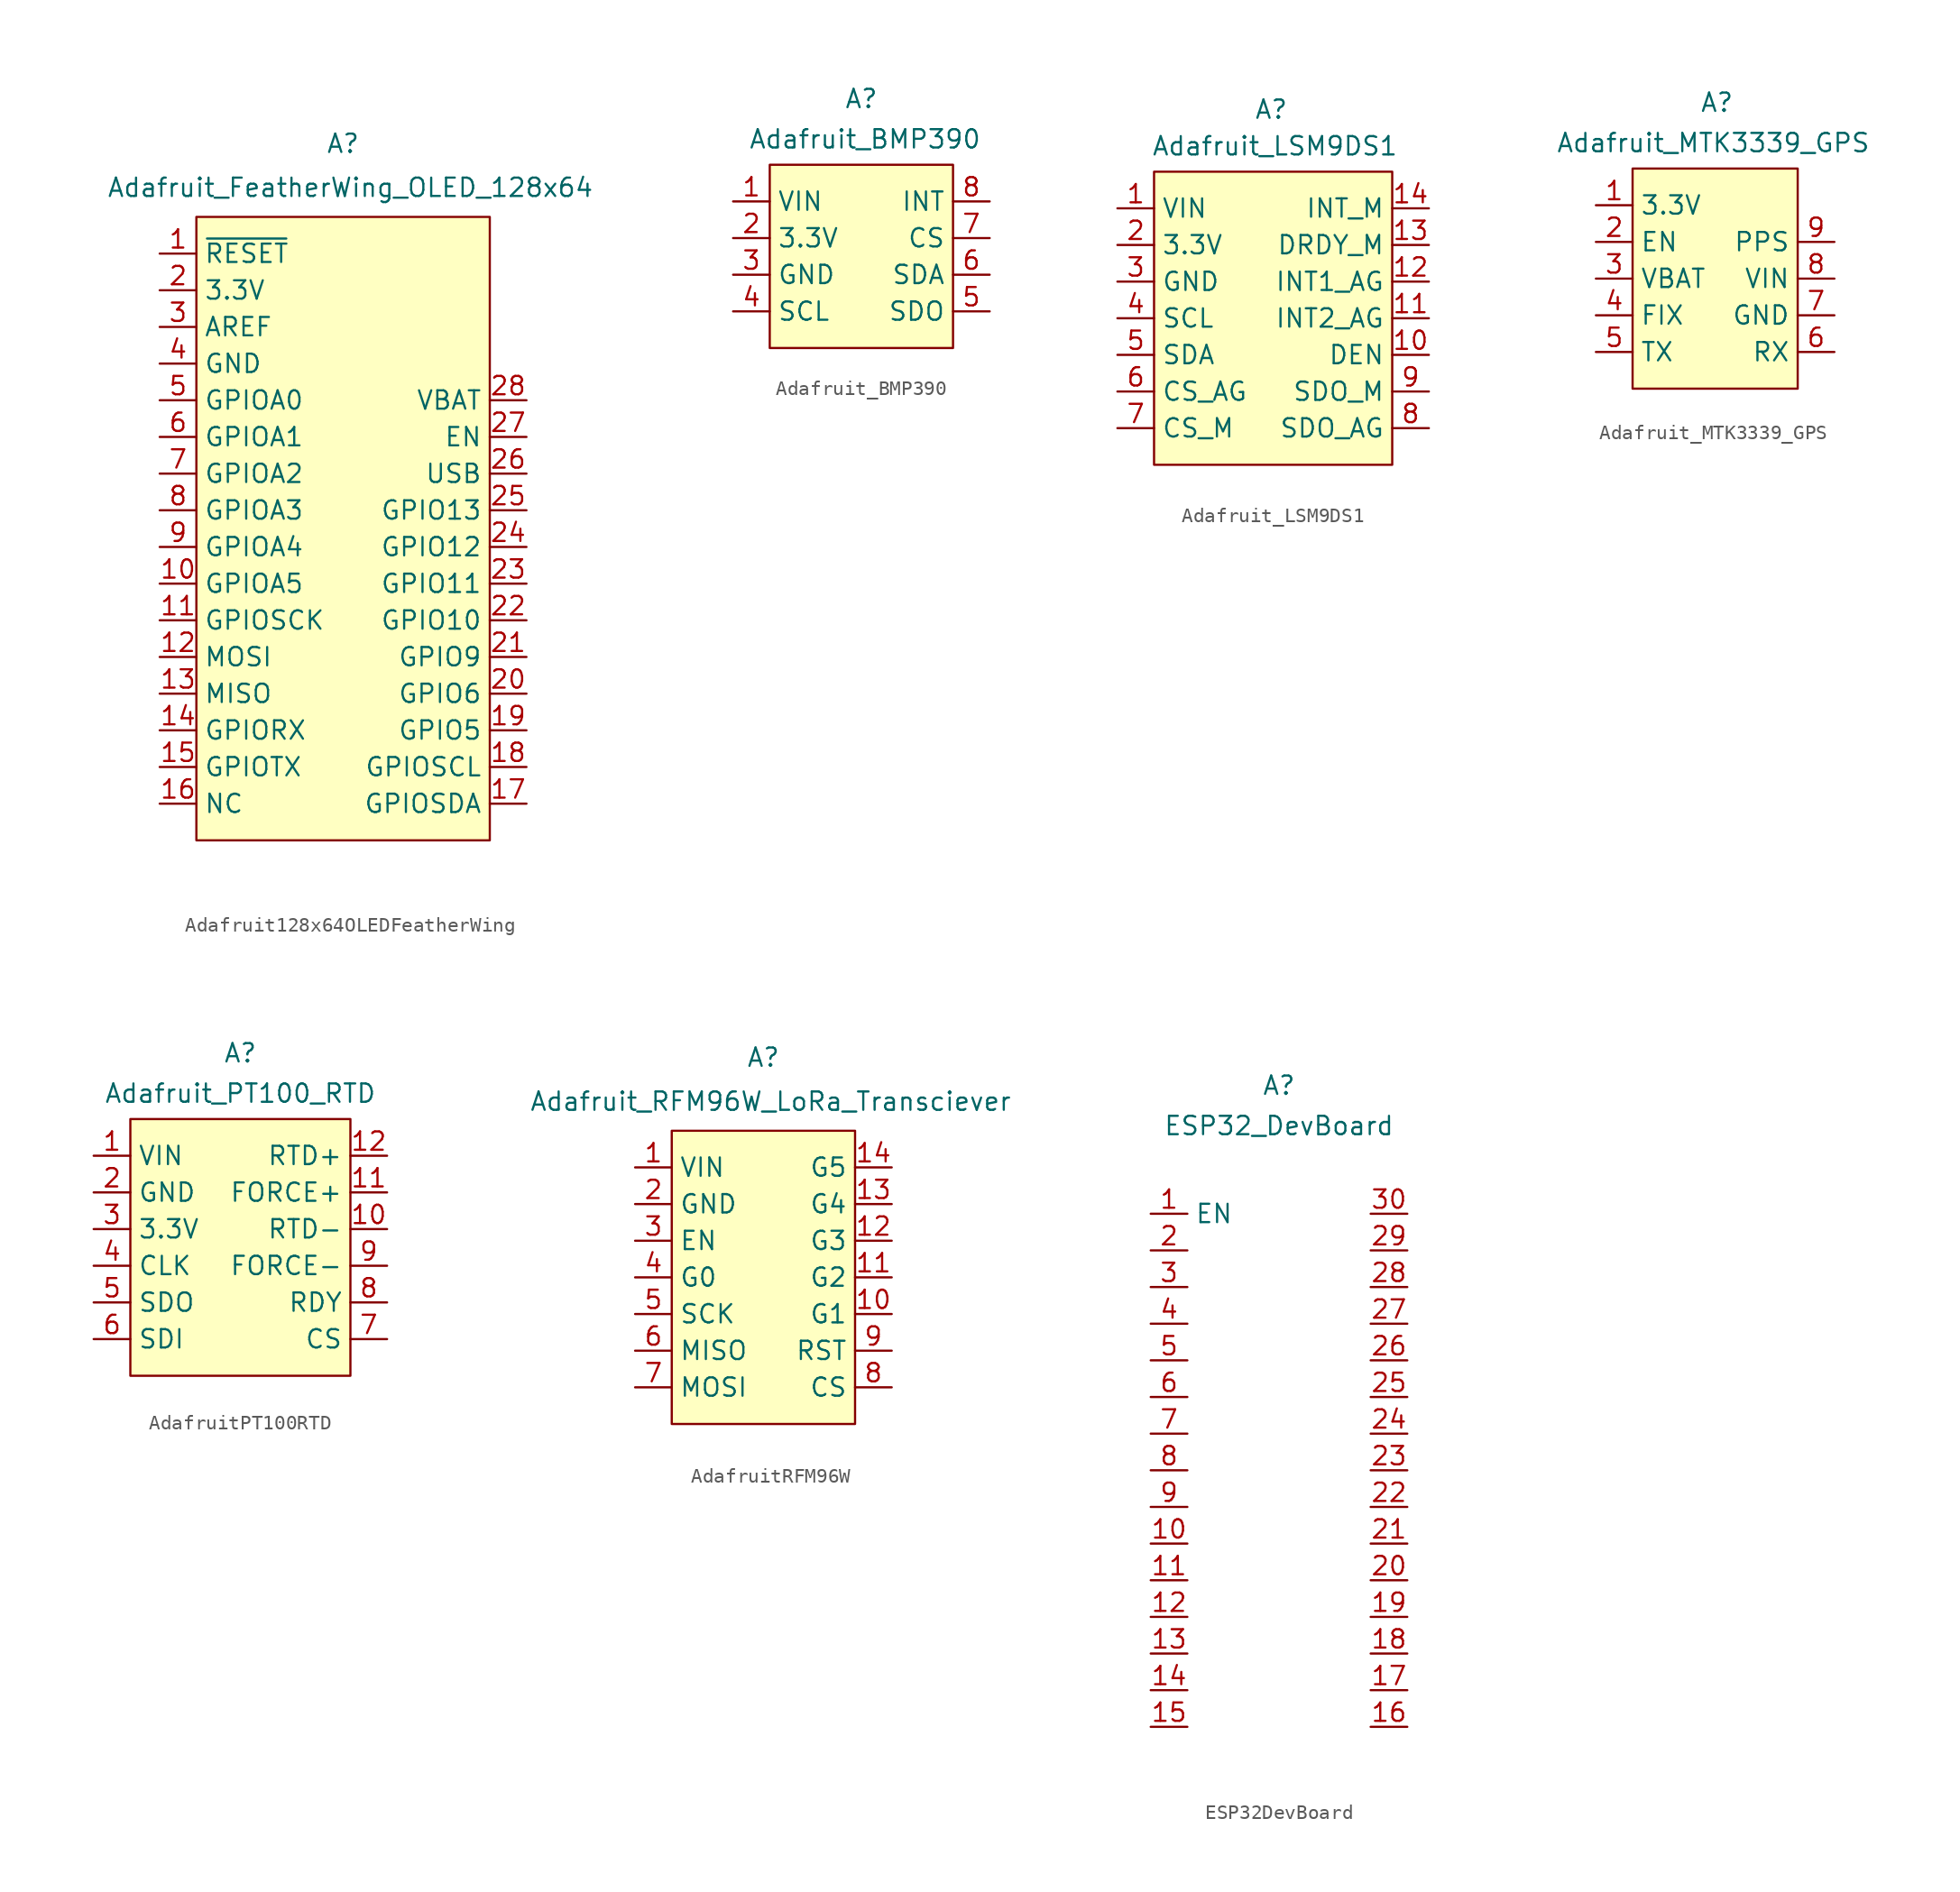
<source format=kicad_sym>
(kicad_symbol_lib
  (version 20241209)
  (generator "kicad_symbol_editor")
  (generator_version "9.0")
  (symbol "Adafruit128x64OLEDFeatherWing"
    (property "Reference" "A"
      (at 0 17.78 0)
      (effects (font (size 1.27 1.27))))
    (property "Value" "Adafruit_FeatherWing_OLED_128x64"
      (at 0.508 14.732 0)
      (effects (font (size 1.27 1.27))))
    (symbol "Adafruit128x64OLEDFeatherWing_1_1"
      (rectangle (start -10.16 12.7) (end 10.16 -30.48) (stroke (width 0) (type solid)) (fill (type background)))
      (pin input line (at -12.7 10.16 0) (length 2.54) (name "~{RESET}" (effects (font (size 1.27 1.27)))) (number "1" (effects (font (size 1.27 1.27)))))
      (pin input line (at -12.7 7.62 0) (length 2.54) (name "3.3V" (effects (font (size 1.27 1.27)))) (number "2" (effects (font (size 1.27 1.27)))))
      (pin input line (at -12.7 5.08 0) (length 2.54) (name "AREF" (effects (font (size 1.27 1.27)))) (number "3" (effects (font (size 1.27 1.27)))))
      (pin input line (at -12.7 2.54 0) (length 2.54) (name "GND" (effects (font (size 1.27 1.27)))) (number "4" (effects (font (size 1.27 1.27)))))
      (pin input line (at -12.7 0 0) (length 2.54) (name "GPIOA0" (effects (font (size 1.27 1.27)))) (number "5" (effects (font (size 1.27 1.27)))))
      (pin input line (at -12.7 -2.54 0) (length 2.54) (name "GPIOA1" (effects (font (size 1.27 1.27)))) (number "6" (effects (font (size 1.27 1.27)))))
      (pin input line (at -12.7 -5.08 0) (length 2.54) (name "GPIOA2" (effects (font (size 1.27 1.27)))) (number "7" (effects (font (size 1.27 1.27)))))
      (pin input line (at -12.7 -7.62 0) (length 2.54) (name "GPIOA3" (effects (font (size 1.27 1.27)))) (number "8" (effects (font (size 1.27 1.27)))))
      (pin input line (at -12.7 -10.16 0) (length 2.54) (name "GPIOA4" (effects (font (size 1.27 1.27)))) (number "9" (effects (font (size 1.27 1.27)))))
      (pin input line (at -12.7 -12.7 0) (length 2.54) (name "GPIOA5" (effects (font (size 1.27 1.27)))) (number "10" (effects (font (size 1.27 1.27)))))
      (pin input line (at -12.7 -15.24 0) (length 2.54) (name "GPIOSCK" (effects (font (size 1.27 1.27)))) (number "11" (effects (font (size 1.27 1.27)))))
      (pin input line (at -12.7 -17.78 0) (length 2.54) (name "MOSI" (effects (font (size 1.27 1.27)))) (number "12" (effects (font (size 1.27 1.27)))))
      (pin input line (at -12.7 -20.32 0) (length 2.54) (name "MISO" (effects (font (size 1.27 1.27)))) (number "13" (effects (font (size 1.27 1.27)))))
      (pin input line (at -12.7 -22.86 0) (length 2.54) (name "GPIORX" (effects (font (size 1.27 1.27)))) (number "14" (effects (font (size 1.27 1.27)))))
      (pin input line (at -12.7 -25.4 0) (length 2.54) (name "GPIOTX" (effects (font (size 1.27 1.27)))) (number "15" (effects (font (size 1.27 1.27)))))
      (pin input line (at -12.7 -27.94 0) (length 2.54) (name "NC" (effects (font (size 1.27 1.27)))) (number "16" (effects (font (size 1.27 1.27)))))
      (pin input line (at 12.7 0 180) (length 2.54) (name "VBAT" (effects (font (size 1.27 1.27)))) (number "28" (effects (font (size 1.27 1.27)))))
      (pin input line (at 12.7 -2.54 180) (length 2.54) (name "EN" (effects (font (size 1.27 1.27)))) (number "27" (effects (font (size 1.27 1.27)))))
      (pin input line (at 12.7 -5.08 180) (length 2.54) (name "USB" (effects (font (size 1.27 1.27)))) (number "26" (effects (font (size 1.27 1.27)))))
      (pin input line (at 12.7 -7.62 180) (length 2.54) (name "GPIO13" (effects (font (size 1.27 1.27)))) (number "25" (effects (font (size 1.27 1.27)))))
      (pin input line (at 12.7 -10.16 180) (length 2.54) (name "GPIO12" (effects (font (size 1.27 1.27)))) (number "24" (effects (font (size 1.27 1.27)))))
      (pin input line (at 12.7 -12.7 180) (length 2.54) (name "GPIO11" (effects (font (size 1.27 1.27)))) (number "23" (effects (font (size 1.27 1.27)))))
      (pin input line (at 12.7 -15.24 180) (length 2.54) (name "GPIO10" (effects (font (size 1.27 1.27)))) (number "22" (effects (font (size 1.27 1.27)))))
      (pin input line (at 12.7 -17.78 180) (length 2.54) (name "GPIO9" (effects (font (size 1.27 1.27)))) (number "21" (effects (font (size 1.27 1.27)))))
      (pin input line (at 12.7 -20.32 180) (length 2.54) (name "GPIO6" (effects (font (size 1.27 1.27)))) (number "20" (effects (font (size 1.27 1.27)))))
      (pin input line (at 12.7 -22.86 180) (length 2.54) (name "GPIO5" (effects (font (size 1.27 1.27)))) (number "19" (effects (font (size 1.27 1.27)))))
      (pin input line (at 12.7 -25.4 180) (length 2.54) (name "GPIOSCL" (effects (font (size 1.27 1.27)))) (number "18" (effects (font (size 1.27 1.27)))))
      (pin input line (at 12.7 -27.94 180) (length 2.54) (name "GPIOSDA" (effects (font (size 1.27 1.27)))) (number "17" (effects (font (size 1.27 1.27)))))))
  (symbol "Adafruit_BMP390"
    (property "Reference" "A"
      (at 0 10.922 0)
      (effects (font (size 1.27 1.27))))
    (property "Value" "Adafruit_BMP390"
      (at 0.254 8.128 0)
      (effects (font (size 1.27 1.27))))
    (symbol "Adafruit_BMP390_1_1"
      (rectangle (start -6.35 6.35) (end 6.35 -6.35) (stroke (width 0) (type solid)) (fill (type background)))
      (pin input line (at -8.89 3.81 0) (length 2.54) (name "VIN" (effects (font (size 1.27 1.27)))) (number "1" (effects (font (size 1.27 1.27)))))
      (pin input line (at -8.89 1.27 0) (length 2.54) (name "3.3V" (effects (font (size 1.27 1.27)))) (number "2" (effects (font (size 1.27 1.27)))))
      (pin input line (at -8.89 -1.27 0) (length 2.54) (name "GND" (effects (font (size 1.27 1.27)))) (number "3" (effects (font (size 1.27 1.27)))))
      (pin input line (at -8.89 -3.81 0) (length 2.54) (name "SCL" (effects (font (size 1.27 1.27)))) (number "4" (effects (font (size 1.27 1.27)))))
      (pin input line (at 8.89 3.81 180) (length 2.54) (name "INT" (effects (font (size 1.27 1.27)))) (number "8" (effects (font (size 1.27 1.27)))))
      (pin input line (at 8.89 1.27 180) (length 2.54) (name "CS" (effects (font (size 1.27 1.27)))) (number "7" (effects (font (size 1.27 1.27)))))
      (pin input line (at 8.89 -1.27 180) (length 2.54) (name "SDA" (effects (font (size 1.27 1.27)))) (number "6" (effects (font (size 1.27 1.27)))))
      (pin input line (at 8.89 -3.81 180) (length 2.54) (name "SDO" (effects (font (size 1.27 1.27)))) (number "5" (effects (font (size 1.27 1.27)))))))
  (symbol "Adafruit_LSM9DS1"
    (property "Reference" "A"
      (at 0.508 11.938 0)
      (effects (font (size 1.27 1.27))))
    (property "Value" "Adafruit_LSM9DS1"
      (at 0.762 9.398 0)
      (effects (font (size 1.27 1.27))))
    (symbol "Adafruit_LSM9DS1_1_1"
      (rectangle (start -7.62 7.62) (end 8.89 -12.7) (stroke (width 0) (type solid)) (fill (type background)))
      (pin input line (at -10.16 5.08 0) (length 2.54) (name "VIN" (effects (font (size 1.27 1.27)))) (number "1" (effects (font (size 1.27 1.27)))))
      (pin input line (at -10.16 2.54 0) (length 2.54) (name "3.3V" (effects (font (size 1.27 1.27)))) (number "2" (effects (font (size 1.27 1.27)))))
      (pin input line (at -10.16 0 0) (length 2.54) (name "GND" (effects (font (size 1.27 1.27)))) (number "3" (effects (font (size 1.27 1.27)))))
      (pin input line (at -10.16 -2.54 0) (length 2.54) (name "SCL" (effects (font (size 1.27 1.27)))) (number "4" (effects (font (size 1.27 1.27)))))
      (pin input line (at -10.16 -5.08 0) (length 2.54) (name "SDA" (effects (font (size 1.27 1.27)))) (number "5" (effects (font (size 1.27 1.27)))))
      (pin input line (at -10.16 -7.62 0) (length 2.54) (name "CS_AG" (effects (font (size 1.27 1.27)))) (number "6" (effects (font (size 1.27 1.27)))))
      (pin input line (at -10.16 -10.16 0) (length 2.54) (name "CS_M" (effects (font (size 1.27 1.27)))) (number "7" (effects (font (size 1.27 1.27)))))
      (pin input line (at 11.43 5.08 180) (length 2.54) (name "INT_M" (effects (font (size 1.27 1.27)))) (number "14" (effects (font (size 1.27 1.27)))))
      (pin input line (at 11.43 2.54 180) (length 2.54) (name "DRDY_M" (effects (font (size 1.27 1.27)))) (number "13" (effects (font (size 1.27 1.27)))))
      (pin input line (at 11.43 0 180) (length 2.54) (name "INT1_AG" (effects (font (size 1.27 1.27)))) (number "12" (effects (font (size 1.27 1.27)))))
      (pin input line (at 11.43 -2.54 180) (length 2.54) (name "INT2_AG" (effects (font (size 1.27 1.27)))) (number "11" (effects (font (size 1.27 1.27)))))
      (pin input line (at 11.43 -5.08 180) (length 2.54) (name "DEN" (effects (font (size 1.27 1.27)))) (number "10" (effects (font (size 1.27 1.27)))))
      (pin input line (at 11.43 -7.62 180) (length 2.54) (name "SDO_M" (effects (font (size 1.27 1.27)))) (number "9" (effects (font (size 1.27 1.27)))))
      (pin input line (at 11.43 -10.16 180) (length 2.54) (name "SDO_AG" (effects (font (size 1.27 1.27)))) (number "8" (effects (font (size 1.27 1.27)))))))
  (symbol "Adafruit_MTK3339_GPS"
    (property "Reference" "A"
      (at -0.508 10.922 0)
      (effects (font (size 1.27 1.27))))
    (property "Value" "Adafruit_MTK3339_GPS"
      (at -0.762 8.128 0)
      (effects (font (size 1.27 1.27))))
    (symbol "Adafruit_MTK3339_GPS_1_1"
      (rectangle (start -6.35 6.35) (end 5.08 -8.89) (stroke (width 0) (type solid)) (fill (type background)))
      (pin input line (at -8.89 3.81 0) (length 2.54) (name "3.3V" (effects (font (size 1.27 1.27)))) (number "1" (effects (font (size 1.27 1.27)))))
      (pin input line (at -8.89 1.27 0) (length 2.54) (name "EN" (effects (font (size 1.27 1.27)))) (number "2" (effects (font (size 1.27 1.27)))))
      (pin input line (at -8.89 -1.27 0) (length 2.54) (name "VBAT" (effects (font (size 1.27 1.27)))) (number "3" (effects (font (size 1.27 1.27)))))
      (pin input line (at -8.89 -3.81 0) (length 2.54) (name "FIX" (effects (font (size 1.27 1.27)))) (number "4" (effects (font (size 1.27 1.27)))))
      (pin input line (at -8.89 -6.35 0) (length 2.54) (name "TX" (effects (font (size 1.27 1.27)))) (number "5" (effects (font (size 1.27 1.27)))))
      (pin input line (at 7.62 1.27 180) (length 2.54) (name "PPS" (effects (font (size 1.27 1.27)))) (number "9" (effects (font (size 1.27 1.27)))))
      (pin input line (at 7.62 -1.27 180) (length 2.54) (name "VIN" (effects (font (size 1.27 1.27)))) (number "8" (effects (font (size 1.27 1.27)))))
      (pin input line (at 7.62 -3.81 180) (length 2.54) (name "GND" (effects (font (size 1.27 1.27)))) (number "7" (effects (font (size 1.27 1.27)))))
      (pin input line (at 7.62 -6.35 180) (length 2.54) (name "RX" (effects (font (size 1.27 1.27)))) (number "6" (effects (font (size 1.27 1.27)))))))
  (symbol "AdafruitPT100RTD"
    (property "Reference" "A"
      (at 0 10.922 0)
      (effects (font (size 1.27 1.27))))
    (property "Value" "Adafruit_PT100_RTD"
      (at 0 8.128 0)
      (effects (font (size 1.27 1.27))))
    (symbol "AdafruitPT100RTD_1_1"
      (rectangle (start -7.62 6.35) (end 7.62 -11.43) (stroke (width 0) (type solid)) (fill (type background)))
      (pin input line (at -10.16 3.81 0) (length 2.54) (name "VIN" (effects (font (size 1.27 1.27)))) (number "1" (effects (font (size 1.27 1.27)))))
      (pin input line (at -10.16 1.27 0) (length 2.54) (name "GND" (effects (font (size 1.27 1.27)))) (number "2" (effects (font (size 1.27 1.27)))))
      (pin input line (at -10.16 -1.27 0) (length 2.54) (name "3.3V" (effects (font (size 1.27 1.27)))) (number "3" (effects (font (size 1.27 1.27)))))
      (pin input line (at -10.16 -3.81 0) (length 2.54) (name "CLK" (effects (font (size 1.27 1.27)))) (number "4" (effects (font (size 1.27 1.27)))))
      (pin input line (at -10.16 -6.35 0) (length 2.54) (name "SDO" (effects (font (size 1.27 1.27)))) (number "5" (effects (font (size 1.27 1.27)))))
      (pin input line (at -10.16 -8.89 0) (length 2.54) (name "SDI" (effects (font (size 1.27 1.27)))) (number "6" (effects (font (size 1.27 1.27)))))
      (pin input line (at 10.16 3.81 180) (length 2.54) (name "RTD+" (effects (font (size 1.27 1.27)))) (number "12" (effects (font (size 1.27 1.27)))))
      (pin input line (at 10.16 1.27 180) (length 2.54) (name "FORCE+" (effects (font (size 1.27 1.27)))) (number "11" (effects (font (size 1.27 1.27)))))
      (pin input line (at 10.16 -1.27 180) (length 2.54) (name "RTD-" (effects (font (size 1.27 1.27)))) (number "10" (effects (font (size 1.27 1.27)))))
      (pin input line (at 10.16 -3.81 180) (length 2.54) (name "FORCE-" (effects (font (size 1.27 1.27)))) (number "9" (effects (font (size 1.27 1.27)))))
      (pin input line (at 10.16 -6.35 180) (length 2.54) (name "RDY" (effects (font (size 1.27 1.27)))) (number "8" (effects (font (size 1.27 1.27)))))
      (pin input line (at 10.16 -8.89 180) (length 2.54) (name "CS" (effects (font (size 1.27 1.27)))) (number "7" (effects (font (size 1.27 1.27)))))))
  (symbol "AdafruitRFM96W"
    (property "Reference" "A"
      (at 0 13.97 0)
      (effects (font (size 1.27 1.27))))
    (property "Value" "Adafruit_RFM96W_LoRa_Transciever"
      (at 0.508 10.922 0)
      (effects (font (size 1.27 1.27))))
    (symbol "AdafruitRFM96W_1_1"
      (rectangle (start -6.35 8.89) (end 6.35 -11.43) (stroke (width 0) (type solid)) (fill (type background)))
      (pin input line (at -8.89 6.35 0) (length 2.54) (name "VIN" (effects (font (size 1.27 1.27)))) (number "1" (effects (font (size 1.27 1.27)))))
      (pin input line (at -8.89 3.81 0) (length 2.54) (name "GND" (effects (font (size 1.27 1.27)))) (number "2" (effects (font (size 1.27 1.27)))))
      (pin input line (at -8.89 1.27 0) (length 2.54) (name "EN" (effects (font (size 1.27 1.27)))) (number "3" (effects (font (size 1.27 1.27)))))
      (pin input line (at -8.89 -1.27 0) (length 2.54) (name "G0" (effects (font (size 1.27 1.27)))) (number "4" (effects (font (size 1.27 1.27)))))
      (pin input line (at -8.89 -3.81 0) (length 2.54) (name "SCK" (effects (font (size 1.27 1.27)))) (number "5" (effects (font (size 1.27 1.27)))))
      (pin input line (at -8.89 -6.35 0) (length 2.54) (name "MISO" (effects (font (size 1.27 1.27)))) (number "6" (effects (font (size 1.27 1.27)))))
      (pin input line (at -8.89 -8.89 0) (length 2.54) (name "MOSI" (effects (font (size 1.27 1.27)))) (number "7" (effects (font (size 1.27 1.27)))))
      (pin input line (at 8.89 6.35 180) (length 2.54) (name "G5" (effects (font (size 1.27 1.27)))) (number "14" (effects (font (size 1.27 1.27)))))
      (pin input line (at 8.89 3.81 180) (length 2.54) (name "G4" (effects (font (size 1.27 1.27)))) (number "13" (effects (font (size 1.27 1.27)))))
      (pin input line (at 8.89 1.27 180) (length 2.54) (name "G3" (effects (font (size 1.27 1.27)))) (number "12" (effects (font (size 1.27 1.27)))))
      (pin input line (at 8.89 -1.27 180) (length 2.54) (name "G2" (effects (font (size 1.27 1.27)))) (number "11" (effects (font (size 1.27 1.27)))))
      (pin input line (at 8.89 -3.81 180) (length 2.54) (name "G1" (effects (font (size 1.27 1.27)))) (number "10" (effects (font (size 1.27 1.27)))))
      (pin input line (at 8.89 -6.35 180) (length 2.54) (name "RST" (effects (font (size 1.27 1.27)))) (number "9" (effects (font (size 1.27 1.27)))))
      (pin input line (at 8.89 -8.89 180) (length 2.54) (name "CS" (effects (font (size 1.27 1.27)))) (number "8" (effects (font (size 1.27 1.27)))))))
  (symbol "ESP32DevBoard"
    (property "Reference" "A"
      (at 0 33.02 0)
      (effects (font (size 1.27 1.27))))
    (property "Value" "ESP32_DevBoard"
      (at 0 30.226 0)
      (effects (font (size 1.27 1.27))))
    (symbol "ESP32DevBoard_0_0"
      (pin unspecified line (at -8.89 24.13 0) (length 2.54) (name "EN" (effects (font (size 1.27 1.27)))) (number "1" (effects (font (size 1.27 1.27)))))
      (pin unspecified line (at -8.89 19.05 0) (length 2.54) (name "" (effects (font (size 1.27 1.27)))) (number "3" (effects (font (size 1.27 1.27)))))
      (pin unspecified line (at -8.89 16.51 0) (length 2.54) (name "" (effects (font (size 1.27 1.27)))) (number "4" (effects (font (size 1.27 1.27)))))
      (pin unspecified line (at -8.89 13.97 0) (length 2.54) (name "" (effects (font (size 1.27 1.27)))) (number "5" (effects (font (size 1.27 1.27)))))
      (pin unspecified line (at -8.89 11.43 0) (length 2.54) (name "" (effects (font (size 1.27 1.27)))) (number "6" (effects (font (size 1.27 1.27)))))
      (pin unspecified line (at -8.89 8.89 0) (length 2.54) (name "" (effects (font (size 1.27 1.27)))) (number "7" (effects (font (size 1.27 1.27)))))
      (pin unspecified line (at -8.89 6.35 0) (length 2.54) (name "" (effects (font (size 1.27 1.27)))) (number "8" (effects (font (size 1.27 1.27)))))
      (pin unspecified line (at -8.89 3.81 0) (length 2.54) (name "" (effects (font (size 1.27 1.27)))) (number "9" (effects (font (size 1.27 1.27)))))
      (pin unspecified line (at -8.89 1.27 0) (length 2.54) (name "" (effects (font (size 1.27 1.27)))) (number "10" (effects (font (size 1.27 1.27)))))
      (pin unspecified line (at -8.89 -1.27 0) (length 2.54) (name "" (effects (font (size 1.27 1.27)))) (number "11" (effects (font (size 1.27 1.27)))))
      (pin unspecified line (at -8.89 -3.81 0) (length 2.54) (name "" (effects (font (size 1.27 1.27)))) (number "12" (effects (font (size 1.27 1.27)))))
      (pin unspecified line (at -8.89 -6.35 0) (length 2.54) (name "" (effects (font (size 1.27 1.27)))) (number "13" (effects (font (size 1.27 1.27)))))
      (pin unspecified line (at -8.89 -8.89 0) (length 2.54) (name "" (effects (font (size 1.27 1.27)))) (number "14" (effects (font (size 1.27 1.27)))))
      (pin unspecified line (at -8.89 -11.43 0) (length 2.54) (name "" (effects (font (size 1.27 1.27)))) (number "15" (effects (font (size 1.27 1.27)))))
      (pin unspecified line (at 8.89 24.13 180) (length 2.54) (name "" (effects (font (size 1.27 1.27)))) (number "30" (effects (font (size 1.27 1.27)))))
      (pin unspecified line (at 8.89 21.59 180) (length 2.54) (name "" (effects (font (size 1.27 1.27)))) (number "29" (effects (font (size 1.27 1.27)))))
      (pin unspecified line (at 8.89 19.05 180) (length 2.54) (name "" (effects (font (size 1.27 1.27)))) (number "28" (effects (font (size 1.27 1.27)))))
      (pin unspecified line (at 8.89 16.51 180) (length 2.54) (name "" (effects (font (size 1.27 1.27)))) (number "27" (effects (font (size 1.27 1.27)))))
      (pin unspecified line (at 8.89 13.97 180) (length 2.54) (name "" (effects (font (size 1.27 1.27)))) (number "26" (effects (font (size 1.27 1.27)))))
      (pin unspecified line (at 8.89 11.43 180) (length 2.54) (name "" (effects (font (size 1.27 1.27)))) (number "25" (effects (font (size 1.27 1.27)))))
      (pin unspecified line (at 8.89 8.89 180) (length 2.54) (name "" (effects (font (size 1.27 1.27)))) (number "24" (effects (font (size 1.27 1.27)))))
      (pin unspecified line (at 8.89 6.35 180) (length 2.54) (name "" (effects (font (size 1.27 1.27)))) (number "23" (effects (font (size 1.27 1.27)))))
      (pin unspecified line (at 8.89 3.81 180) (length 2.54) (name "" (effects (font (size 1.27 1.27)))) (number "22" (effects (font (size 1.27 1.27)))))
      (pin unspecified line (at 8.89 1.27 180) (length 2.54) (name "" (effects (font (size 1.27 1.27)))) (number "21" (effects (font (size 1.27 1.27)))))
      (pin unspecified line (at 8.89 -1.27 180) (length 2.54) (name "" (effects (font (size 1.27 1.27)))) (number "20" (effects (font (size 1.27 1.27)))))
      (pin unspecified line (at 8.89 -3.81 180) (length 2.54) (name "" (effects (font (size 1.27 1.27)))) (number "19" (effects (font (size 1.27 1.27)))))
      (pin unspecified line (at 8.89 -6.35 180) (length 2.54) (name "" (effects (font (size 1.27 1.27)))) (number "18" (effects (font (size 1.27 1.27)))))
      (pin unspecified line (at 8.89 -8.89 180) (length 2.54) (name "" (effects (font (size 1.27 1.27)))) (number "17" (effects (font (size 1.27 1.27)))))
      (pin unspecified line (at 8.89 -11.43 180) (length 2.54) (name "" (effects (font (size 1.27 1.27)))) (number "16" (effects (font (size 1.27 1.27))))))
    (symbol "ESP32DevBoard_1_0"
      (pin unspecified line (at -8.89 21.59 0) (length 2.54) (name "" (effects (font (size 1.27 1.27)))) (number "2" (effects (font (size 1.27 1.27))))))))
</source>
